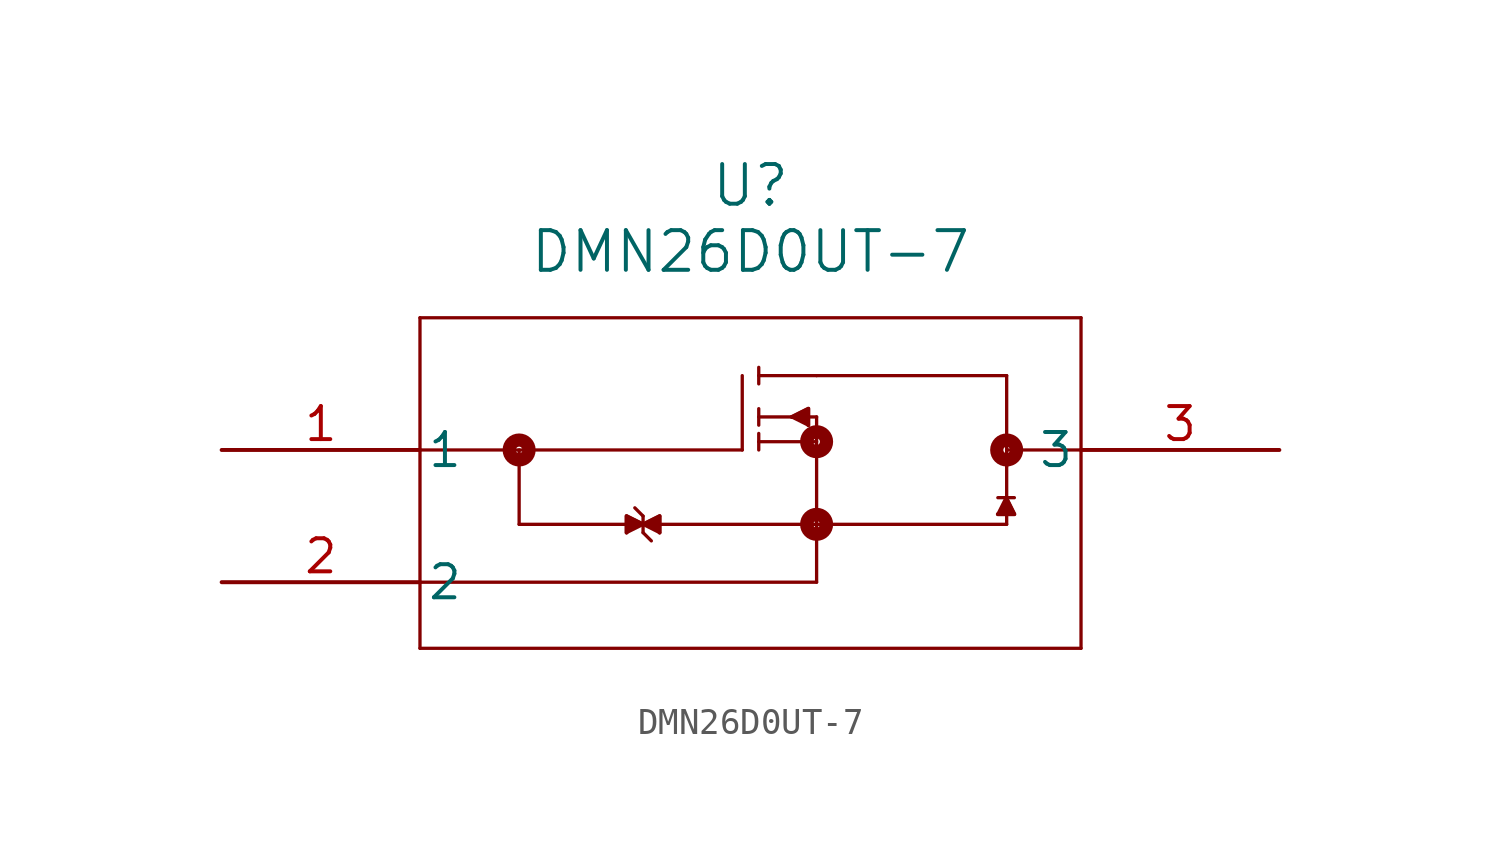
<source format=kicad_sym>
(kicad_symbol_lib
  (version 20231120)
  (generator "kicad_symbol_editor")
  (generator_version "8.0")
  (symbol "DMN26D0UT-7"
    (pin_names
      (offset 0.254))
    (property "Reference" "U"
      (at 20.32 10.16 0)
      (effects (font (size 1.524 1.524))))
    (property "Value" "DMN26D0UT-7"
      (at 20.32 7.62 0)
      (effects (font (size 1.524 1.524))))
    (property "ki_locked" ""
      (at 0 0 0)
      (effects (font (size 1.27 1.27))))
    (symbol "DMN26D0UT-7_0_1"
      (polyline (pts (xy 7.62 -7.62) (xy 33.02 -7.62)) (stroke (width 0.127) (type default)) (fill (type none)))
      (polyline (pts (xy 7.62 -5.08) (xy 22.86 -5.08)) (stroke (width 0.127) (type default)) (fill (type none)))
      (polyline (pts (xy 7.62 0) (xy 20.003 0)) (stroke (width 0.127) (type default)) (fill (type none)))
      (polyline (pts (xy 7.62 5.08) (xy 7.62 -7.62)) (stroke (width 0.127) (type default)) (fill (type none)))
      (polyline (pts (xy 11.43 -2.857) (xy 15.557 -2.857)) (stroke (width 0.127) (type default)) (fill (type none)))
      (polyline (pts (xy 11.43 0) (xy 11.43 -2.857)) (stroke (width 0.127) (type default)) (fill (type none)))
      (polyline (pts (xy 15.557 -3.175) (xy 16.192 -2.857)) (stroke (width 0.127) (type default)) (fill (type none)))
      (polyline (pts (xy 15.557 -2.54) (xy 15.557 -3.175)) (stroke (width 0.127) (type default)) (fill (type none)))
      (polyline (pts (xy 16.192 -3.175) (xy 16.192 -2.54)) (stroke (width 0.127) (type default)) (fill (type none)))
      (polyline (pts (xy 16.192 -3.175) (xy 16.51 -3.493)) (stroke (width 0.127) (type default)) (fill (type none)))
      (polyline (pts (xy 16.192 -2.857) (xy 15.557 -2.54)) (stroke (width 0.127) (type default)) (fill (type none)))
      (polyline (pts (xy 16.192 -2.857) (xy 16.828 -3.175)) (stroke (width 0.127) (type default)) (fill (type none)))
      (polyline (pts (xy 16.192 -2.857) (xy 16.828 -2.54)) (stroke (width 0.127) (type default)) (fill (type none)))
      (polyline (pts (xy 16.192 -2.54) (xy 15.875 -2.223)) (stroke (width 0.127) (type default)) (fill (type none)))
      (polyline (pts (xy 16.828 -3.175) (xy 16.828 -2.54)) (stroke (width 0.127) (type default)) (fill (type none)))
      (polyline (pts (xy 16.828 -2.857) (xy 30.163 -2.857)) (stroke (width 0.127) (type default)) (fill (type none)))
      (polyline (pts (xy 20.003 0) (xy 20.003 2.857)) (stroke (width 0.127) (type default)) (fill (type none)))
      (polyline (pts (xy 20.637 0.318) (xy 22.86 0.318)) (stroke (width 0.127) (type default)) (fill (type none)))
      (polyline (pts (xy 20.637 0.635) (xy 20.637 0)) (stroke (width 0.127) (type default)) (fill (type none)))
      (polyline (pts (xy 20.637 1.587) (xy 20.637 0.953)) (stroke (width 0.127) (type default)) (fill (type none)))
      (polyline (pts (xy 20.637 2.54) (xy 20.637 3.175)) (stroke (width 0.127) (type default)) (fill (type none)))
      (polyline (pts (xy 20.637 2.857) (xy 22.86 2.857)) (stroke (width 0.127) (type default)) (fill (type none)))
      (polyline (pts (xy 21.907 1.27) (xy 20.637 1.27)) (stroke (width 0.127) (type default)) (fill (type none)))
      (polyline (pts (xy 21.907 1.27) (xy 22.543 0.953)) (stroke (width 0.127) (type default)) (fill (type none)))
      (polyline (pts (xy 21.907 1.27) (xy 22.543 1.587)) (stroke (width 0.127) (type default)) (fill (type none)))
      (polyline (pts (xy 22.543 0.953) (xy 22.543 1.587)) (stroke (width 0.127) (type default)) (fill (type none)))
      (polyline (pts (xy 22.86 -5.08) (xy 22.86 1.27)) (stroke (width 0.127) (type default)) (fill (type none)))
      (polyline (pts (xy 22.86 1.27) (xy 22.543 1.27)) (stroke (width 0.127) (type default)) (fill (type none)))
      (polyline (pts (xy 22.86 2.857) (xy 30.163 2.857)) (stroke (width 0.127) (type default)) (fill (type none)))
      (polyline (pts (xy 29.824 -2.468) (xy 30.142 -1.833)) (stroke (width 0.127) (type default)) (fill (type none)))
      (polyline (pts (xy 29.824 -2.468) (xy 30.459 -2.468)) (stroke (width 0.127) (type default)) (fill (type none)))
      (polyline (pts (xy 29.824 -1.833) (xy 30.459 -1.833)) (stroke (width 0.127) (type default)) (fill (type none)))
      (polyline (pts (xy 30.163 -2.54) (xy 30.163 -2.857)) (stroke (width 0.127) (type default)) (fill (type none)))
      (polyline (pts (xy 30.163 -0.635) (xy 30.163 -1.905)) (stroke (width 0.127) (type default)) (fill (type none)))
      (polyline (pts (xy 30.163 -0.635) (xy 30.163 2.857)) (stroke (width 0.127) (type default)) (fill (type none)))
      (polyline (pts (xy 30.459 -2.468) (xy 30.142 -1.833)) (stroke (width 0.127) (type default)) (fill (type none)))
      (polyline (pts (xy 33.02 -7.62) (xy 33.02 5.08)) (stroke (width 0.127) (type default)) (fill (type none)))
      (polyline (pts (xy 33.02 0) (xy 30.163 0)) (stroke (width 0.127) (type default)) (fill (type none)))
      (polyline (pts (xy 33.02 5.08) (xy 7.62 5.08)) (stroke (width 0.127) (type default)) (fill (type none)))
      (polyline (pts (xy 16.192 -2.857) (xy 15.557 -2.54) (xy 15.557 -3.175)) (stroke (width 0) (type default)) (fill (type outline)))
      (polyline (pts (xy 16.192 -2.857) (xy 16.828 -2.54) (xy 16.828 -3.175)) (stroke (width 0) (type default)) (fill (type outline)))
      (polyline (pts (xy 22.543 0.953) (xy 22.543 1.587) (xy 21.907 1.27)) (stroke (width 0) (type default)) (fill (type outline)))
      (polyline (pts (xy 29.824 -2.468) (xy 30.459 -2.468) (xy 30.142 -1.833)) (stroke (width 0) (type default)) (fill (type outline)))
      (circle (center 11.43 0) (radius 0.127) (stroke (width 0.508) (type default)) (fill (type none)))
      (circle (center 22.86 -2.857) (radius 0.127) (stroke (width 0.508) (type default)) (fill (type none)))
      (circle (center 22.86 0.318) (radius 0.127) (stroke (width 0.508) (type default)) (fill (type none)))
      (circle (center 30.163 0) (radius 0.127) (stroke (width 0.508) (type default)) (fill (type none)))
      (pin unspecified line (at 0 0 0) (length 7.62) (name "1" (effects (font (size 1.27 1.27)))) (number "1" (effects (font (size 1.27 1.27)))))
      (pin unspecified line (at 0 -5.08 0) (length 7.62) (name "2" (effects (font (size 1.27 1.27)))) (number "2" (effects (font (size 1.27 1.27)))))
      (pin unspecified line (at 40.64 0 180) (length 7.62) (name "3" (effects (font (size 1.27 1.27)))) (number "3" (effects (font (size 1.27 1.27))))))))
</source>
